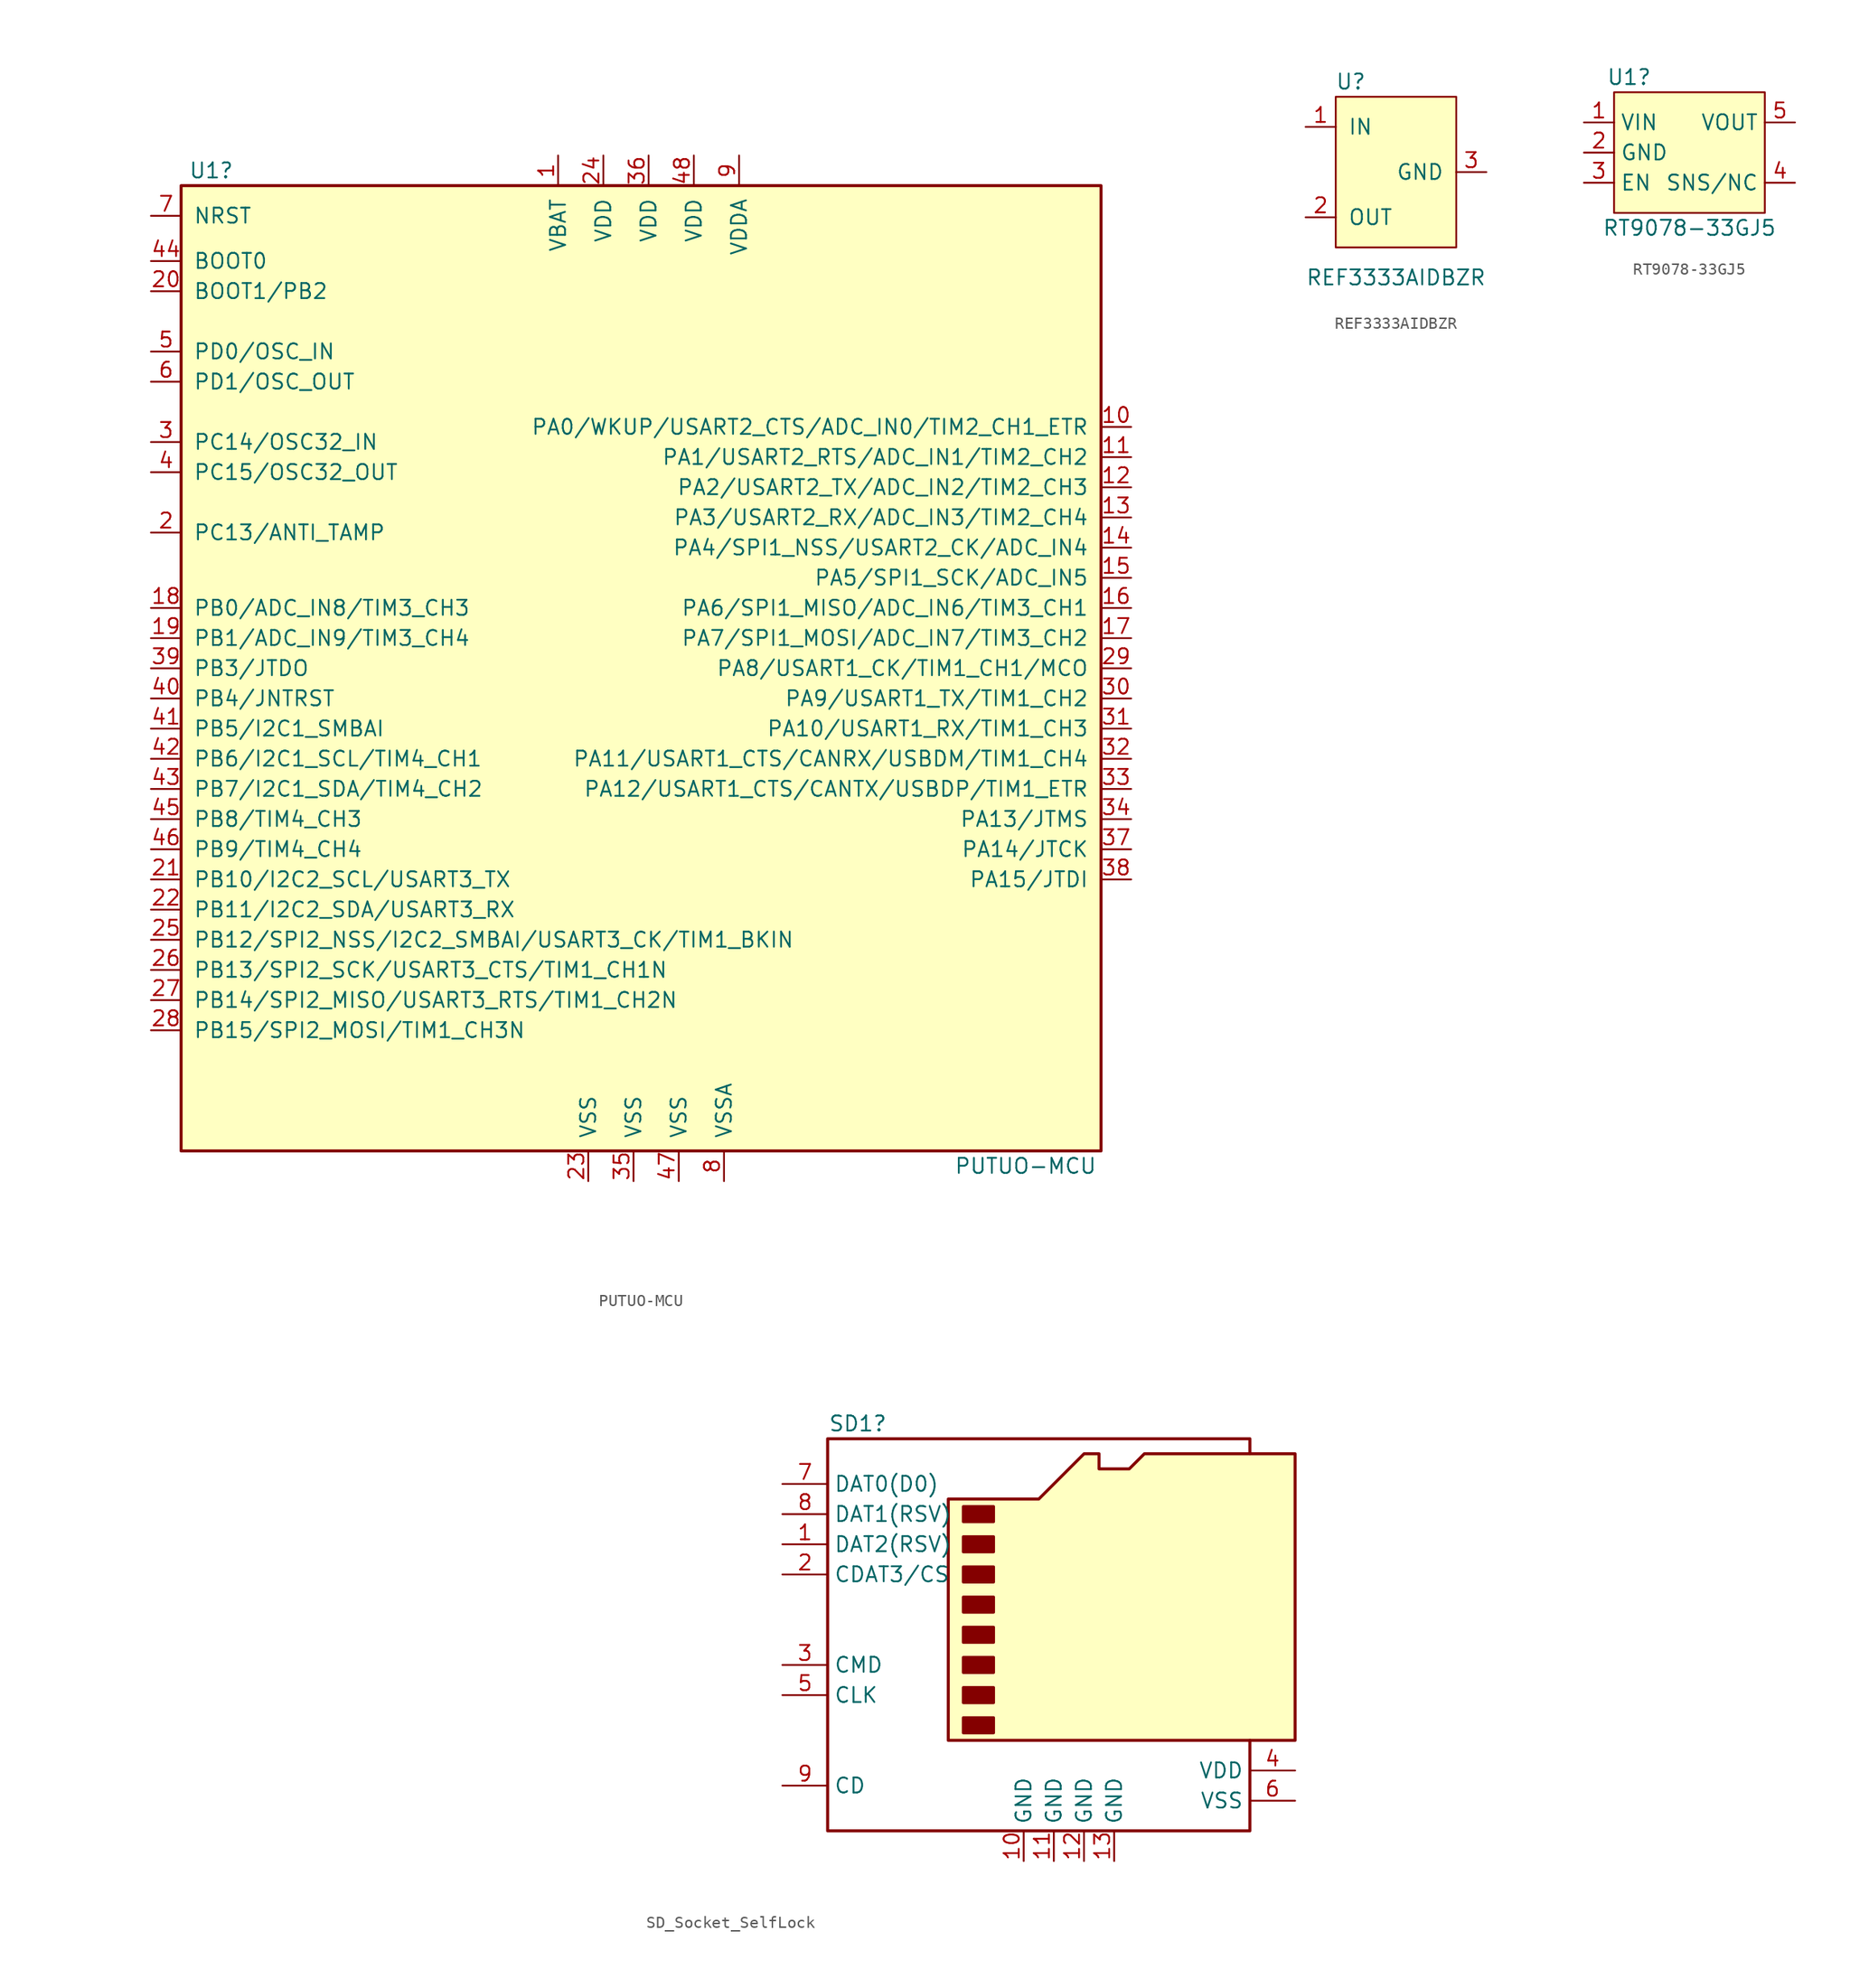
<source format=kicad_sym>
(kicad_symbol_lib
  (version 20220914)
  (generator kicad_symbol_editor)
  (symbol "PUTUO-MCU"
    (pin_names
      (offset 1.016))
    (property "Reference" "U1"
      (at -36.83 40.64 0)
      (effects (font (size 1.27 1.27))))
    (property "Value" "PUTUO-MCU"
      (at 31.75 -43.18 0)
      (effects (font (size 1.27 1.27))))
    (symbol "PUTUO-MCU_1_1"
      (rectangle (start -39.37 -41.91) (end 38.1 39.37) (stroke (width 0.254) (type default)) (fill (type background)))
      (pin power_in line (at -7.62 41.91 270) (length 2.54) (name "VBAT" (effects (font (size 1.27 1.27)))) (number "1" (effects (font (size 1.27 1.27)))))
      (pin bidirectional line (at 40.64 19.05 180) (length 2.54) (name "PA0/WKUP/USART2_CTS/ADC_IN0/TIM2_CH1_ETR" (effects (font (size 1.27 1.27)))) (number "10" (effects (font (size 1.27 1.27)))))
      (pin bidirectional line (at 40.64 16.51 180) (length 2.54) (name "PA1/USART2_RTS/ADC_IN1/TIM2_CH2" (effects (font (size 1.27 1.27)))) (number "11" (effects (font (size 1.27 1.27)))))
      (pin bidirectional line (at 40.64 13.97 180) (length 2.54) (name "PA2/USART2_TX/ADC_IN2/TIM2_CH3" (effects (font (size 1.27 1.27)))) (number "12" (effects (font (size 1.27 1.27)))))
      (pin bidirectional line (at 40.64 11.43 180) (length 2.54) (name "PA3/USART2_RX/ADC_IN3/TIM2_CH4" (effects (font (size 1.27 1.27)))) (number "13" (effects (font (size 1.27 1.27)))))
      (pin bidirectional line (at 40.64 8.89 180) (length 2.54) (name "PA4/SPI1_NSS/USART2_CK/ADC_IN4" (effects (font (size 1.27 1.27)))) (number "14" (effects (font (size 1.27 1.27)))))
      (pin bidirectional line (at 40.64 6.35 180) (length 2.54) (name "PA5/SPI1_SCK/ADC_IN5" (effects (font (size 1.27 1.27)))) (number "15" (effects (font (size 1.27 1.27)))))
      (pin bidirectional line (at 40.64 3.81 180) (length 2.54) (name "PA6/SPI1_MISO/ADC_IN6/TIM3_CH1" (effects (font (size 1.27 1.27)))) (number "16" (effects (font (size 1.27 1.27)))))
      (pin bidirectional line (at 40.64 1.27 180) (length 2.54) (name "PA7/SPI1_MOSI/ADC_IN7/TIM3_CH2" (effects (font (size 1.27 1.27)))) (number "17" (effects (font (size 1.27 1.27)))))
      (pin bidirectional line (at -41.91 3.81 0) (length 2.54) (name "PB0/ADC_IN8/TIM3_CH3" (effects (font (size 1.27 1.27)))) (number "18" (effects (font (size 1.27 1.27)))))
      (pin bidirectional line (at -41.91 1.27 0) (length 2.54) (name "PB1/ADC_IN9/TIM3_CH4" (effects (font (size 1.27 1.27)))) (number "19" (effects (font (size 1.27 1.27)))))
      (pin bidirectional line (at -41.91 10.16 0) (length 2.54) (name "PC13/ANTI_TAMP" (effects (font (size 1.27 1.27)))) (number "2" (effects (font (size 1.27 1.27)))))
      (pin input line (at -41.91 30.48 0) (length 2.54) (name "BOOT1/PB2" (effects (font (size 1.27 1.27)))) (number "20" (effects (font (size 1.27 1.27)))))
      (pin bidirectional line (at -41.91 -19.05 0) (length 2.54) (name "PB10/I2C2_SCL/USART3_TX" (effects (font (size 1.27 1.27)))) (number "21" (effects (font (size 1.27 1.27)))))
      (pin bidirectional line (at -41.91 -21.59 0) (length 2.54) (name "PB11/I2C2_SDA/USART3_RX" (effects (font (size 1.27 1.27)))) (number "22" (effects (font (size 1.27 1.27)))))
      (pin power_in line (at -5.08 -44.45 90) (length 2.54) (name "VSS" (effects (font (size 1.27 1.27)))) (number "23" (effects (font (size 1.27 1.27)))))
      (pin power_in line (at -3.81 41.91 270) (length 2.54) (name "VDD" (effects (font (size 1.27 1.27)))) (number "24" (effects (font (size 1.27 1.27)))))
      (pin bidirectional line (at -41.91 -24.13 0) (length 2.54) (name "PB12/SPI2_NSS/I2C2_SMBAI/USART3_CK/TIM1_BKIN" (effects (font (size 1.27 1.27)))) (number "25" (effects (font (size 1.27 1.27)))))
      (pin bidirectional line (at -41.91 -26.67 0) (length 2.54) (name "PB13/SPI2_SCK/USART3_CTS/TIM1_CH1N" (effects (font (size 1.27 1.27)))) (number "26" (effects (font (size 1.27 1.27)))))
      (pin bidirectional line (at -41.91 -29.21 0) (length 2.54) (name "PB14/SPI2_MISO/USART3_RTS/TIM1_CH2N" (effects (font (size 1.27 1.27)))) (number "27" (effects (font (size 1.27 1.27)))))
      (pin bidirectional line (at -41.91 -31.75 0) (length 2.54) (name "PB15/SPI2_MOSI/TIM1_CH3N" (effects (font (size 1.27 1.27)))) (number "28" (effects (font (size 1.27 1.27)))))
      (pin bidirectional line (at 40.64 -1.27 180) (length 2.54) (name "PA8/USART1_CK/TIM1_CH1/MCO" (effects (font (size 1.27 1.27)))) (number "29" (effects (font (size 1.27 1.27)))))
      (pin bidirectional line (at -41.91 17.78 0) (length 2.54) (name "PC14/OSC32_IN" (effects (font (size 1.27 1.27)))) (number "3" (effects (font (size 1.27 1.27)))))
      (pin bidirectional line (at 40.64 -3.81 180) (length 2.54) (name "PA9/USART1_TX/TIM1_CH2" (effects (font (size 1.27 1.27)))) (number "30" (effects (font (size 1.27 1.27)))))
      (pin bidirectional line (at 40.64 -6.35 180) (length 2.54) (name "PA10/USART1_RX/TIM1_CH3" (effects (font (size 1.27 1.27)))) (number "31" (effects (font (size 1.27 1.27)))))
      (pin bidirectional line (at 40.64 -8.89 180) (length 2.54) (name "PA11/USART1_CTS/CANRX/USBDM/TIM1_CH4" (effects (font (size 1.27 1.27)))) (number "32" (effects (font (size 1.27 1.27)))))
      (pin bidirectional line (at 40.64 -11.43 180) (length 2.54) (name "PA12/USART1_CTS/CANTX/USBDP/TIM1_ETR" (effects (font (size 1.27 1.27)))) (number "33" (effects (font (size 1.27 1.27)))))
      (pin bidirectional line (at 40.64 -13.97 180) (length 2.54) (name "PA13/JTMS" (effects (font (size 1.27 1.27)))) (number "34" (effects (font (size 1.27 1.27)))))
      (pin power_in line (at -1.27 -44.45 90) (length 2.54) (name "VSS" (effects (font (size 1.27 1.27)))) (number "35" (effects (font (size 1.27 1.27)))))
      (pin power_in line (at 0 41.91 270) (length 2.54) (name "VDD" (effects (font (size 1.27 1.27)))) (number "36" (effects (font (size 1.27 1.27)))))
      (pin bidirectional line (at 40.64 -16.51 180) (length 2.54) (name "PA14/JTCK" (effects (font (size 1.27 1.27)))) (number "37" (effects (font (size 1.27 1.27)))))
      (pin bidirectional line (at 40.64 -19.05 180) (length 2.54) (name "PA15/JTDI" (effects (font (size 1.27 1.27)))) (number "38" (effects (font (size 1.27 1.27)))))
      (pin bidirectional line (at -41.91 -1.27 0) (length 2.54) (name "PB3/JTDO" (effects (font (size 1.27 1.27)))) (number "39" (effects (font (size 1.27 1.27)))))
      (pin bidirectional line (at -41.91 15.24 0) (length 2.54) (name "PC15/OSC32_OUT" (effects (font (size 1.27 1.27)))) (number "4" (effects (font (size 1.27 1.27)))))
      (pin bidirectional line (at -41.91 -3.81 0) (length 2.54) (name "PB4/JNTRST" (effects (font (size 1.27 1.27)))) (number "40" (effects (font (size 1.27 1.27)))))
      (pin bidirectional line (at -41.91 -6.35 0) (length 2.54) (name "PB5/I2C1_SMBAI" (effects (font (size 1.27 1.27)))) (number "41" (effects (font (size 1.27 1.27)))))
      (pin bidirectional line (at -41.91 -8.89 0) (length 2.54) (name "PB6/I2C1_SCL/TIM4_CH1" (effects (font (size 1.27 1.27)))) (number "42" (effects (font (size 1.27 1.27)))))
      (pin bidirectional line (at -41.91 -11.43 0) (length 2.54) (name "PB7/I2C1_SDA/TIM4_CH2" (effects (font (size 1.27 1.27)))) (number "43" (effects (font (size 1.27 1.27)))))
      (pin input line (at -41.91 33.02 0) (length 2.54) (name "BOOT0" (effects (font (size 1.27 1.27)))) (number "44" (effects (font (size 1.27 1.27)))))
      (pin bidirectional line (at -41.91 -13.97 0) (length 2.54) (name "PB8/TIM4_CH3" (effects (font (size 1.27 1.27)))) (number "45" (effects (font (size 1.27 1.27)))))
      (pin bidirectional line (at -41.91 -16.51 0) (length 2.54) (name "PB9/TIM4_CH4" (effects (font (size 1.27 1.27)))) (number "46" (effects (font (size 1.27 1.27)))))
      (pin power_in line (at 2.54 -44.45 90) (length 2.54) (name "VSS" (effects (font (size 1.27 1.27)))) (number "47" (effects (font (size 1.27 1.27)))))
      (pin power_in line (at 3.81 41.91 270) (length 2.54) (name "VDD" (effects (font (size 1.27 1.27)))) (number "48" (effects (font (size 1.27 1.27)))))
      (pin input line (at -41.91 25.4 0) (length 2.54) (name "PD0/OSC_IN" (effects (font (size 1.27 1.27)))) (number "5" (effects (font (size 1.27 1.27)))))
      (pin input line (at -41.91 22.86 0) (length 2.54) (name "PD1/OSC_OUT" (effects (font (size 1.27 1.27)))) (number "6" (effects (font (size 1.27 1.27)))))
      (pin input line (at -41.91 36.83 0) (length 2.54) (name "NRST" (effects (font (size 1.27 1.27)))) (number "7" (effects (font (size 1.27 1.27)))))
      (pin power_in line (at 6.35 -44.45 90) (length 2.54) (name "VSSA" (effects (font (size 1.27 1.27)))) (number "8" (effects (font (size 1.27 1.27)))))
      (pin power_in line (at 7.62 41.91 270) (length 2.54) (name "VDDA" (effects (font (size 1.27 1.27)))) (number "9" (effects (font (size 1.27 1.27)))))))
  (symbol "REF3333AIDBZR"
    (pin_names
      (offset 1.016))
    (property "Reference" "U"
      (at -3.81 7.62 0)
      (effects (font (size 1.27 1.27))))
    (property "Value" "REF3333AIDBZR"
      (at 0 -8.89 0)
      (effects (font (size 1.27 1.27))))
    (symbol "REF3333AIDBZR_0_1"
      (rectangle (start -5.08 6.35) (end 5.08 -6.35) (stroke (width 0) (type default)) (fill (type background))))
    (symbol "REF3333AIDBZR_1_1"
      (pin power_in line (at -7.62 3.81 0) (length 2.54) (name "IN" (effects (font (size 1.27 1.27)))) (number "1" (effects (font (size 1.27 1.27)))))
      (pin power_out line (at -7.62 -3.81 0) (length 2.54) (name "OUT" (effects (font (size 1.27 1.27)))) (number "2" (effects (font (size 1.27 1.27)))))
      (pin power_in line (at 7.62 0 180) (length 2.54) (name "GND" (effects (font (size 1.27 1.27)))) (number "3" (effects (font (size 1.27 1.27)))))))
  (symbol "RT9078-33GJ5"
    (property "Reference" "U1"
      (at -5.08 6.35 0)
      (effects (font (size 1.27 1.27))))
    (property "Value" "RT9078-33GJ5"
      (at 0 -6.35 0)
      (effects (font (size 1.27 1.27))))
    (symbol "RT9078-33GJ5_0_1"
      (rectangle (start -6.35 5.08) (end 6.35 -5.08) (stroke (width 0) (type default)) (fill (type background))))
    (symbol "RT9078-33GJ5_1_1"
      (pin bidirectional line (at -8.89 2.54 0) (length 2.54) (name "VIN" (effects (font (size 1.27 1.27)))) (number "1" (effects (font (size 1.27 1.27)))))
      (pin power_in line (at -8.89 0 0) (length 2.54) (name "GND" (effects (font (size 1.27 1.27)))) (number "2" (effects (font (size 1.27 1.27)))))
      (pin power_in line (at -8.89 -2.54 0) (length 2.54) (name "EN" (effects (font (size 1.27 1.27)))) (number "3" (effects (font (size 1.27 1.27)))))
      (pin bidirectional line (at 8.89 -2.54 180) (length 2.54) (name "SNS/NC" (effects (font (size 1.27 1.27)))) (number "4" (effects (font (size 1.27 1.27)))))
      (pin power_in line (at 8.89 2.54 180) (length 2.54) (name "VOUT" (effects (font (size 1.27 1.27)))) (number "5" (effects (font (size 1.27 1.27)))))))
  (symbol "SD_Socket_SelfLock"
    (property "Reference" "SD1"
      (at -13.97 19.05 0)
      (effects (font (size 1.27 1.27))))
    (property "Value" ""
      (at -72.39 1.27 0)
      (effects (font (size 1.27 1.27))))
    (symbol "SD_Socket_SelfLock_0_1"
      (rectangle (start -5.08 -5.715) (end -2.54 -6.985) (stroke (width 0.254) (type default)) (fill (type outline)))
      (rectangle (start -5.08 -3.175) (end -2.54 -4.445) (stroke (width 0.254) (type default)) (fill (type outline)))
      (rectangle (start -5.08 -0.635) (end -2.54 -1.905) (stroke (width 0.254) (type default)) (fill (type outline)))
      (rectangle (start -5.08 1.905) (end -2.54 0.635) (stroke (width 0.254) (type default)) (fill (type outline)))
      (rectangle (start -5.08 4.445) (end -2.54 3.175) (stroke (width 0.254) (type default)) (fill (type outline)))
      (rectangle (start -5.08 6.985) (end -2.54 5.715) (stroke (width 0.254) (type default)) (fill (type outline)))
      (rectangle (start -5.08 9.525) (end -2.54 8.255) (stroke (width 0.254) (type default)) (fill (type outline)))
      (rectangle (start -5.08 12.065) (end -2.54 10.795) (stroke (width 0.254) (type default)) (fill (type outline)))
      (polyline (pts (xy 19.05 16.51) (xy 19.05 17.78) (xy -16.51 17.78) (xy -16.51 -15.24) (xy 19.05 -15.24) (xy 19.05 -7.62)) (stroke (width 0.254) (type default)) (fill (type none)))
      (polyline (pts (xy -6.35 -7.62) (xy -6.35 12.7) (xy 1.27 12.7) (xy 5.08 16.51) (xy 6.35 16.51) (xy 6.35 15.24) (xy 8.89 15.24) (xy 10.16 16.51) (xy 22.86 16.51) (xy 22.86 -7.62) (xy -6.35 -7.62)) (stroke (width 0.254) (type default)) (fill (type background))))
    (symbol "SD_Socket_SelfLock_1_1"
      (pin bidirectional line (at -20.32 8.89 0) (length 3.81) (name "DAT2(RSV)" (effects (font (size 1.27 1.27)))) (number "1" (effects (font (size 1.27 1.27)))))
      (pin passive line (at 0 -17.78 90) (length 2.54) (name "GND" (effects (font (size 1.27 1.27)))) (number "10" (effects (font (size 1.27 1.27)))))
      (pin passive line (at 2.54 -17.78 90) (length 2.54) (name "GND" (effects (font (size 1.27 1.27)))) (number "11" (effects (font (size 1.27 1.27)))))
      (pin passive line (at 5.08 -17.78 90) (length 2.54) (name "GND" (effects (font (size 1.27 1.27)))) (number "12" (effects (font (size 1.27 1.27)))))
      (pin passive line (at 7.62 -17.78 90) (length 2.54) (name "GND" (effects (font (size 1.27 1.27)))) (number "13" (effects (font (size 1.27 1.27)))))
      (pin bidirectional line (at -20.32 6.35 0) (length 3.81) (name "CDAT3/CS" (effects (font (size 1.27 1.27)))) (number "2" (effects (font (size 1.27 1.27)))))
      (pin input line (at -20.32 -1.27 0) (length 3.81) (name "CMD" (effects (font (size 1.27 1.27)))) (number "3" (effects (font (size 1.27 1.27)))))
      (pin power_in line (at 22.86 -10.16 180) (length 3.81) (name "VDD" (effects (font (size 1.27 1.27)))) (number "4" (effects (font (size 1.27 1.27)))))
      (pin input line (at -20.32 -3.81 0) (length 3.81) (name "CLK" (effects (font (size 1.27 1.27)))) (number "5" (effects (font (size 1.27 1.27)))))
      (pin power_in line (at 22.86 -12.7 180) (length 3.81) (name "VSS" (effects (font (size 1.27 1.27)))) (number "6" (effects (font (size 1.27 1.27)))))
      (pin bidirectional line (at -20.32 13.97 0) (length 3.81) (name "DAT0(D0)" (effects (font (size 1.27 1.27)))) (number "7" (effects (font (size 1.27 1.27)))))
      (pin bidirectional line (at -20.32 11.43 0) (length 3.81) (name "DAT1(RSV)" (effects (font (size 1.27 1.27)))) (number "8" (effects (font (size 1.27 1.27)))))
      (pin passive line (at -20.32 -11.43 0) (length 3.81) (name "CD" (effects (font (size 1.27 1.27)))) (number "9" (effects (font (size 1.27 1.27))))))))
</source>
